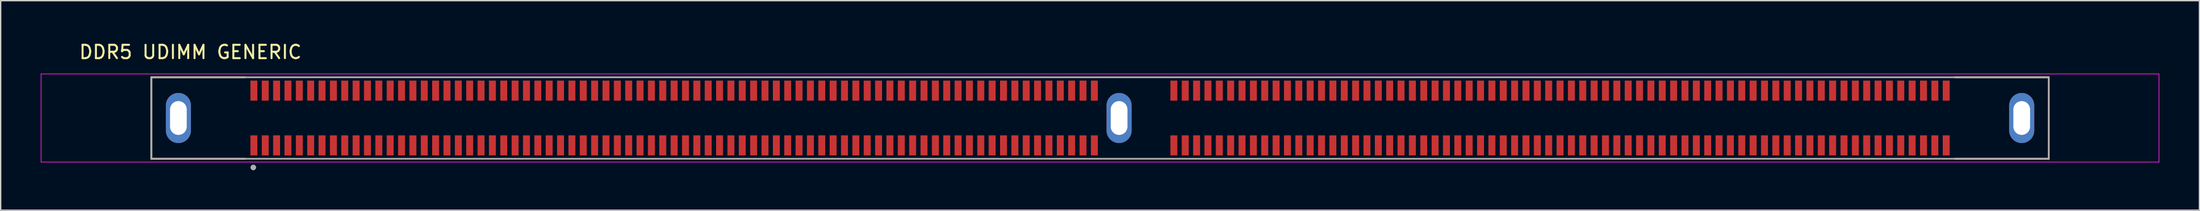
<source format=kicad_pcb>
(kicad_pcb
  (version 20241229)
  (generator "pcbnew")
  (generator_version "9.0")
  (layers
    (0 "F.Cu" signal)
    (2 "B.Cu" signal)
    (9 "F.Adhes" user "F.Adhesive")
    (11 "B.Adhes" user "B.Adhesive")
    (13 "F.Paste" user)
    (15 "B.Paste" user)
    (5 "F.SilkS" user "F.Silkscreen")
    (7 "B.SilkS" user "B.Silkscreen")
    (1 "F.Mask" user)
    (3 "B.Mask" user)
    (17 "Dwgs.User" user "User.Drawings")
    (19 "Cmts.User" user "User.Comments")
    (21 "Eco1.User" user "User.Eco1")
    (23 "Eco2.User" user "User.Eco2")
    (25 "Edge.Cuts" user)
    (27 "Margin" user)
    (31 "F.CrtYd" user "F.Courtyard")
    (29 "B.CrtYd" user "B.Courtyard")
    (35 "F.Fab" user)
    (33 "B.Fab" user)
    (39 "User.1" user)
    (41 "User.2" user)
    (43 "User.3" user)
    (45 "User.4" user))
  (footprint "DDR5 UDIMM GENERIC"
    (layer "F.Cu")
    (at 79.275 5.783)
    (property "Reference" "DDR5 UDIMM GENERIC" (at -68.075 -4.935 0) (layer "F.SilkS") (effects (font (size 1 1) (thickness 0.15))))
    (attr smd)
    (fp_line (start -71 -3.05) (end -63.975 -3.05) (stroke (width 0.127) (type solid)) (layer "F.SilkS"))
    (fp_line (start -71 3.05) (end -71 -3.05) (stroke (width 0.127) (type solid)) (layer "F.SilkS"))
    (fp_line (start -63.975 3.05) (end -71 3.05) (stroke (width 0.127) (type solid)) (layer "F.SilkS"))
    (fp_line (start 63.975 -3.05) (end 71 -3.05) (stroke (width 0.127) (type solid)) (layer "F.SilkS"))
    (fp_line (start 71 -3.05) (end 71 3.05) (stroke (width 0.127) (type solid)) (layer "F.SilkS"))
    (fp_line (start 71 3.05) (end 63.975 3.05) (stroke (width 0.127) (type solid)) (layer "F.SilkS"))
    (fp_circle (center -63.368 3.701) (end -63.268 3.701) (stroke (width 0.2) (type solid)) (fill no) (layer "F.SilkS"))
    (fp_line (start -79.25 -3.3) (end -79.25 3.3) (stroke (width 0.05) (type solid)) (layer "F.CrtYd"))
    (fp_line (start -79.25 3.3) (end 79.25 3.3) (stroke (width 0.05) (type solid)) (layer "F.CrtYd"))
    (fp_line (start 79.25 -3.3) (end -79.25 -3.3) (stroke (width 0.05) (type solid)) (layer "F.CrtYd"))
    (fp_line (start 79.25 3.3) (end 79.25 -3.3) (stroke (width 0.05) (type solid)) (layer "F.CrtYd"))
    (fp_line (start -71 -3.05) (end 71 -3.05) (stroke (width 0.127) (type solid)) (layer "F.Fab"))
    (fp_line (start -71 3.05) (end -71 -3.05) (stroke (width 0.127) (type solid)) (layer "F.Fab"))
    (fp_line (start 71 -3.05) (end 71 3.05) (stroke (width 0.127) (type solid)) (layer "F.Fab"))
    (fp_line (start 71 3.05) (end -71 3.05) (stroke (width 0.127) (type solid)) (layer "F.Fab"))
    (fp_circle (center -63.368 3.701) (end -63.268 3.701) (stroke (width 0.2) (type solid)) (fill no) (layer "F.Fab"))
    (pad "01" smd rect (at -63.325 2.05) (size 0.52 1.5) (layers "F.Cu" "F.Mask" "F.Paste"))
    (pad "02" smd rect (at -62.475 2.05) (size 0.52 1.5) (layers "F.Cu" "F.Mask" "F.Paste"))
    (pad "03" smd rect (at -61.625 2.05) (size 0.52 1.5) (layers "F.Cu" "F.Mask" "F.Paste"))
    (pad "04" smd rect (at -60.775 2.05) (size 0.52 1.5) (layers "F.Cu" "F.Mask" "F.Paste"))
    (pad "05" smd rect (at -59.925 2.05) (size 0.52 1.5) (layers "F.Cu" "F.Mask" "F.Paste"))
    (pad "06" smd rect (at -59.075 2.05) (size 0.52 1.5) (layers "F.Cu" "F.Mask" "F.Paste"))
    (pad "07" smd rect (at -58.225 2.05) (size 0.52 1.5) (layers "F.Cu" "F.Mask" "F.Paste"))
    (pad "08" smd rect (at -57.375 2.05) (size 0.52 1.5) (layers "F.Cu" "F.Mask" "F.Paste"))
    (pad "09" smd rect (at -56.525 2.05) (size 0.52 1.5) (layers "F.Cu" "F.Mask" "F.Paste"))
    (pad "10" smd rect (at -55.675 2.05) (size 0.52 1.5) (layers "F.Cu" "F.Mask" "F.Paste"))
    (pad "11" smd rect (at -54.825 2.05) (size 0.52 1.5) (layers "F.Cu" "F.Mask" "F.Paste"))
    (pad "12" smd rect (at -53.975 2.05) (size 0.52 1.5) (layers "F.Cu" "F.Mask" "F.Paste"))
    (pad "13" smd rect (at -53.125 2.05) (size 0.52 1.5) (layers "F.Cu" "F.Mask" "F.Paste"))
    (pad "14" smd rect (at -52.275 2.05) (size 0.52 1.5) (layers "F.Cu" "F.Mask" "F.Paste"))
    (pad "15" smd rect (at -51.425 2.05) (size 0.52 1.5) (layers "F.Cu" "F.Mask" "F.Paste"))
    (pad "16" smd rect (at -50.575 2.05) (size 0.52 1.5) (layers "F.Cu" "F.Mask" "F.Paste"))
    (pad "17" smd rect (at -49.725 2.05) (size 0.52 1.5) (layers "F.Cu" "F.Mask" "F.Paste"))
    (pad "18" smd rect (at -48.875 2.05) (size 0.52 1.5) (layers "F.Cu" "F.Mask" "F.Paste"))
    (pad "19" smd rect (at -48.025 2.05) (size 0.52 1.5) (layers "F.Cu" "F.Mask" "F.Paste"))
    (pad "20" smd rect (at -47.175 2.05) (size 0.52 1.5) (layers "F.Cu" "F.Mask" "F.Paste"))
    (pad "21" smd rect (at -46.325 2.05) (size 0.52 1.5) (layers "F.Cu" "F.Mask" "F.Paste"))
    (pad "22" smd rect (at -45.475 2.05) (size 0.52 1.5) (layers "F.Cu" "F.Mask" "F.Paste"))
    (pad "23" smd rect (at -44.625 2.05) (size 0.52 1.5) (layers "F.Cu" "F.Mask" "F.Paste"))
    (pad "24" smd rect (at -43.775 2.05) (size 0.52 1.5) (layers "F.Cu" "F.Mask" "F.Paste"))
    (pad "25" smd rect (at -42.925 2.05) (size 0.52 1.5) (layers "F.Cu" "F.Mask" "F.Paste"))
    (pad "26" smd rect (at -42.075 2.05) (size 0.52 1.5) (layers "F.Cu" "F.Mask" "F.Paste"))
    (pad "27" smd rect (at -41.225 2.05) (size 0.52 1.5) (layers "F.Cu" "F.Mask" "F.Paste"))
    (pad "28" smd rect (at -40.375 2.05) (size 0.52 1.5) (layers "F.Cu" "F.Mask" "F.Paste"))
    (pad "29" smd rect (at -39.525 2.05) (size 0.52 1.5) (layers "F.Cu" "F.Mask" "F.Paste"))
    (pad "30" smd rect (at -38.675 2.05) (size 0.52 1.5) (layers "F.Cu" "F.Mask" "F.Paste"))
    (pad "31" smd rect (at -37.825 2.05) (size 0.52 1.5) (layers "F.Cu" "F.Mask" "F.Paste"))
    (pad "32" smd rect (at -36.975 2.05) (size 0.52 1.5) (layers "F.Cu" "F.Mask" "F.Paste"))
    (pad "33" smd rect (at -36.125 2.05) (size 0.52 1.5) (layers "F.Cu" "F.Mask" "F.Paste"))
    (pad "34" smd rect (at -35.275 2.05) (size 0.52 1.5) (layers "F.Cu" "F.Mask" "F.Paste"))
    (pad "35" smd rect (at -34.425 2.05) (size 0.52 1.5) (layers "F.Cu" "F.Mask" "F.Paste"))
    (pad "36" smd rect (at -33.575 2.05) (size 0.52 1.5) (layers "F.Cu" "F.Mask" "F.Paste"))
    (pad "37" smd rect (at -32.725 2.05) (size 0.52 1.5) (layers "F.Cu" "F.Mask" "F.Paste"))
    (pad "38" smd rect (at -31.875 2.05) (size 0.52 1.5) (layers "F.Cu" "F.Mask" "F.Paste"))
    (pad "39" smd rect (at -31.025 2.05) (size 0.52 1.5) (layers "F.Cu" "F.Mask" "F.Paste"))
    (pad "40" smd rect (at -30.175 2.05) (size 0.52 1.5) (layers "F.Cu" "F.Mask" "F.Paste"))
    (pad "41" smd rect (at -29.325 2.05) (size 0.52 1.5) (layers "F.Cu" "F.Mask" "F.Paste"))
    (pad "42" smd rect (at -28.475 2.05) (size 0.52 1.5) (layers "F.Cu" "F.Mask" "F.Paste"))
    (pad "43" smd rect (at -27.625 2.05) (size 0.52 1.5) (layers "F.Cu" "F.Mask" "F.Paste"))
    (pad "44" smd rect (at -26.775 2.05) (size 0.52 1.5) (layers "F.Cu" "F.Mask" "F.Paste"))
    (pad "45" smd rect (at -25.925 2.05) (size 0.52 1.5) (layers "F.Cu" "F.Mask" "F.Paste"))
    (pad "46" smd rect (at -25.075 2.05) (size 0.52 1.5) (layers "F.Cu" "F.Mask" "F.Paste"))
    (pad "47" smd rect (at -24.225 2.05) (size 0.52 1.5) (layers "F.Cu" "F.Mask" "F.Paste"))
    (pad "48" smd rect (at -23.375 2.05) (size 0.52 1.5) (layers "F.Cu" "F.Mask" "F.Paste"))
    (pad "49" smd rect (at -22.525 2.05) (size 0.52 1.5) (layers "F.Cu" "F.Mask" "F.Paste"))
    (pad "50" smd rect (at -21.675 2.05) (size 0.52 1.5) (layers "F.Cu" "F.Mask" "F.Paste"))
    (pad "51" smd rect (at -20.825 2.05) (size 0.52 1.5) (layers "F.Cu" "F.Mask" "F.Paste"))
    (pad "52" smd rect (at -19.975 2.05) (size 0.52 1.5) (layers "F.Cu" "F.Mask" "F.Paste"))
    (pad "53" smd rect (at -19.125 2.05) (size 0.52 1.5) (layers "F.Cu" "F.Mask" "F.Paste"))
    (pad "54" smd rect (at -18.275 2.05) (size 0.52 1.5) (layers "F.Cu" "F.Mask" "F.Paste"))
    (pad "55" smd rect (at -17.425 2.05) (size 0.52 1.5) (layers "F.Cu" "F.Mask" "F.Paste"))
    (pad "56" smd rect (at -16.575 2.05) (size 0.52 1.5) (layers "F.Cu" "F.Mask" "F.Paste"))
    (pad "57" smd rect (at -15.725 2.05) (size 0.52 1.5) (layers "F.Cu" "F.Mask" "F.Paste"))
    (pad "58" smd rect (at -14.875 2.05) (size 0.52 1.5) (layers "F.Cu" "F.Mask" "F.Paste"))
    (pad "59" smd rect (at -14.025 2.05) (size 0.52 1.5) (layers "F.Cu" "F.Mask" "F.Paste"))
    (pad "60" smd rect (at -13.175 2.05) (size 0.52 1.5) (layers "F.Cu" "F.Mask" "F.Paste"))
    (pad "61" smd rect (at -12.325 2.05) (size 0.52 1.5) (layers "F.Cu" "F.Mask" "F.Paste"))
    (pad "62" smd rect (at -11.475 2.05) (size 0.52 1.5) (layers "F.Cu" "F.Mask" "F.Paste"))
    (pad "63" smd rect (at -10.625 2.05) (size 0.52 1.5) (layers "F.Cu" "F.Mask" "F.Paste"))
    (pad "64" smd rect (at -9.775 2.05) (size 0.52 1.5) (layers "F.Cu" "F.Mask" "F.Paste"))
    (pad "65" smd rect (at -8.925 2.05) (size 0.52 1.5) (layers "F.Cu" "F.Mask" "F.Paste"))
    (pad "66" smd rect (at -8.075 2.05) (size 0.52 1.5) (layers "F.Cu" "F.Mask" "F.Paste"))
    (pad "67" smd rect (at -7.225 2.05) (size 0.52 1.5) (layers "F.Cu" "F.Mask" "F.Paste"))
    (pad "68" smd rect (at -6.375 2.05) (size 0.52 1.5) (layers "F.Cu" "F.Mask" "F.Paste"))
    (pad "69" smd rect (at -5.525 2.05) (size 0.52 1.5) (layers "F.Cu" "F.Mask" "F.Paste"))
    (pad "70" smd rect (at -4.675 2.05) (size 0.52 1.5) (layers "F.Cu" "F.Mask" "F.Paste"))
    (pad "71" smd rect (at -3.825 2.05) (size 0.52 1.5) (layers "F.Cu" "F.Mask" "F.Paste"))
    (pad "72" smd rect (at -2.975 2.05) (size 0.52 1.5) (layers "F.Cu" "F.Mask" "F.Paste"))
    (pad "73" smd rect (at -2.125 2.05) (size 0.52 1.5) (layers "F.Cu" "F.Mask" "F.Paste"))
    (pad "74" smd rect (at -1.275 2.05) (size 0.52 1.5) (layers "F.Cu" "F.Mask" "F.Paste"))
    (pad "75" smd rect (at -0.425 2.05) (size 0.52 1.5) (layers "F.Cu" "F.Mask" "F.Paste"))
    (pad "76" smd rect (at 5.525 2.05) (size 0.52 1.5) (layers "F.Cu" "F.Mask" "F.Paste"))
    (pad "77" smd rect (at 6.375 2.05) (size 0.52 1.5) (layers "F.Cu" "F.Mask" "F.Paste"))
    (pad "78" smd rect (at 7.225 2.05) (size 0.52 1.5) (layers "F.Cu" "F.Mask" "F.Paste"))
    (pad "79" smd rect (at 8.075 2.05) (size 0.52 1.5) (layers "F.Cu" "F.Mask" "F.Paste"))
    (pad "80" smd rect (at 8.925 2.05) (size 0.52 1.5) (layers "F.Cu" "F.Mask" "F.Paste"))
    (pad "81" smd rect (at 9.775 2.05) (size 0.52 1.5) (layers "F.Cu" "F.Mask" "F.Paste"))
    (pad "82" smd rect (at 10.625 2.05) (size 0.52 1.5) (layers "F.Cu" "F.Mask" "F.Paste"))
    (pad "83" smd rect (at 11.475 2.05) (size 0.52 1.5) (layers "F.Cu" "F.Mask" "F.Paste"))
    (pad "84" smd rect (at 12.325 2.05) (size 0.52 1.5) (layers "F.Cu" "F.Mask" "F.Paste"))
    (pad "85" smd rect (at 13.175 2.05) (size 0.52 1.5) (layers "F.Cu" "F.Mask" "F.Paste"))
    (pad "86" smd rect (at 14.025 2.05) (size 0.52 1.5) (layers "F.Cu" "F.Mask" "F.Paste"))
    (pad "87" smd rect (at 14.875 2.05) (size 0.52 1.5) (layers "F.Cu" "F.Mask" "F.Paste"))
    (pad "88" smd rect (at 15.725 2.05) (size 0.52 1.5) (layers "F.Cu" "F.Mask" "F.Paste"))
    (pad "89" smd rect (at 16.575 2.05) (size 0.52 1.5) (layers "F.Cu" "F.Mask" "F.Paste"))
    (pad "90" smd rect (at 17.425 2.05) (size 0.52 1.5) (layers "F.Cu" "F.Mask" "F.Paste"))
    (pad "91" smd rect (at 18.275 2.05) (size 0.52 1.5) (layers "F.Cu" "F.Mask" "F.Paste"))
    (pad "92" smd rect (at 19.125 2.05) (size 0.52 1.5) (layers "F.Cu" "F.Mask" "F.Paste"))
    (pad "93" smd rect (at 19.975 2.05) (size 0.52 1.5) (layers "F.Cu" "F.Mask" "F.Paste"))
    (pad "94" smd rect (at 20.825 2.05) (size 0.52 1.5) (layers "F.Cu" "F.Mask" "F.Paste"))
    (pad "95" smd rect (at 21.675 2.05) (size 0.52 1.5) (layers "F.Cu" "F.Mask" "F.Paste"))
    (pad "96" smd rect (at 22.525 2.05) (size 0.52 1.5) (layers "F.Cu" "F.Mask" "F.Paste"))
    (pad "97" smd rect (at 23.375 2.05) (size 0.52 1.5) (layers "F.Cu" "F.Mask" "F.Paste"))
    (pad "98" smd rect (at 24.225 2.05) (size 0.52 1.5) (layers "F.Cu" "F.Mask" "F.Paste"))
    (pad "99" smd rect (at 25.075 2.05) (size 0.52 1.5) (layers "F.Cu" "F.Mask" "F.Paste"))
    (pad "100" smd rect (at 25.925 2.05) (size 0.52 1.5) (layers "F.Cu" "F.Mask" "F.Paste"))
    (pad "101" smd rect (at 26.775 2.05) (size 0.52 1.5) (layers "F.Cu" "F.Mask" "F.Paste"))
    (pad "102" smd rect (at 27.625 2.05) (size 0.52 1.5) (layers "F.Cu" "F.Mask" "F.Paste"))
    (pad "103" smd rect (at 28.475 2.05) (size 0.52 1.5) (layers "F.Cu" "F.Mask" "F.Paste"))
    (pad "104" smd rect (at 29.325 2.05) (size 0.52 1.5) (layers "F.Cu" "F.Mask" "F.Paste"))
    (pad "105" smd rect (at 30.175 2.05) (size 0.52 1.5) (layers "F.Cu" "F.Mask" "F.Paste"))
    (pad "106" smd rect (at 31.025 2.05) (size 0.52 1.5) (layers "F.Cu" "F.Mask" "F.Paste"))
    (pad "107" smd rect (at 31.875 2.05) (size 0.52 1.5) (layers "F.Cu" "F.Mask" "F.Paste"))
    (pad "108" smd rect (at 32.725 2.05) (size 0.52 1.5) (layers "F.Cu" "F.Mask" "F.Paste"))
    (pad "109" smd rect (at 33.575 2.05) (size 0.52 1.5) (layers "F.Cu" "F.Mask" "F.Paste"))
    (pad "110" smd rect (at 34.425 2.05) (size 0.52 1.5) (layers "F.Cu" "F.Mask" "F.Paste"))
    (pad "111" smd rect (at 35.275 2.05) (size 0.52 1.5) (layers "F.Cu" "F.Mask" "F.Paste"))
    (pad "112" smd rect (at 36.125 2.05) (size 0.52 1.5) (layers "F.Cu" "F.Mask" "F.Paste"))
    (pad "113" smd rect (at 36.975 2.05) (size 0.52 1.5) (layers "F.Cu" "F.Mask" "F.Paste"))
    (pad "114" smd rect (at 37.825 2.05) (size 0.52 1.5) (layers "F.Cu" "F.Mask" "F.Paste"))
    (pad "115" smd rect (at 38.675 2.05) (size 0.52 1.5) (layers "F.Cu" "F.Mask" "F.Paste"))
    (pad "116" smd rect (at 39.525 2.05) (size 0.52 1.5) (layers "F.Cu" "F.Mask" "F.Paste"))
    (pad "117" smd rect (at 40.375 2.05) (size 0.52 1.5) (layers "F.Cu" "F.Mask" "F.Paste"))
    (pad "118" smd rect (at 41.225 2.05) (size 0.52 1.5) (layers "F.Cu" "F.Mask" "F.Paste"))
    (pad "119" smd rect (at 42.075 2.05) (size 0.52 1.5) (layers "F.Cu" "F.Mask" "F.Paste"))
    (pad "120" smd rect (at 42.925 2.05) (size 0.52 1.5) (layers "F.Cu" "F.Mask" "F.Paste"))
    (pad "121" smd rect (at 43.775 2.05) (size 0.52 1.5) (layers "F.Cu" "F.Mask" "F.Paste"))
    (pad "122" smd rect (at 44.625 2.05) (size 0.52 1.5) (layers "F.Cu" "F.Mask" "F.Paste"))
    (pad "123" smd rect (at 45.475 2.05) (size 0.52 1.5) (layers "F.Cu" "F.Mask" "F.Paste"))
    (pad "124" smd rect (at 46.325 2.05) (size 0.52 1.5) (layers "F.Cu" "F.Mask" "F.Paste"))
    (pad "125" smd rect (at 47.175 2.05) (size 0.52 1.5) (layers "F.Cu" "F.Mask" "F.Paste"))
    (pad "126" smd rect (at 48.025 2.05) (size 0.52 1.5) (layers "F.Cu" "F.Mask" "F.Paste"))
    (pad "127" smd rect (at 48.875 2.05) (size 0.52 1.5) (layers "F.Cu" "F.Mask" "F.Paste"))
    (pad "128" smd rect (at 49.725 2.05) (size 0.52 1.5) (layers "F.Cu" "F.Mask" "F.Paste"))
    (pad "129" smd rect (at 50.575 2.05) (size 0.52 1.5) (layers "F.Cu" "F.Mask" "F.Paste"))
    (pad "130" smd rect (at 51.425 2.05) (size 0.52 1.5) (layers "F.Cu" "F.Mask" "F.Paste"))
    (pad "131" smd rect (at 52.275 2.05) (size 0.52 1.5) (layers "F.Cu" "F.Mask" "F.Paste"))
    (pad "132" smd rect (at 53.125 2.05) (size 0.52 1.5) (layers "F.Cu" "F.Mask" "F.Paste"))
    (pad "133" smd rect (at 53.975 2.05) (size 0.52 1.5) (layers "F.Cu" "F.Mask" "F.Paste"))
    (pad "134" smd rect (at 54.825 2.05) (size 0.52 1.5) (layers "F.Cu" "F.Mask" "F.Paste"))
    (pad "135" smd rect (at 55.675 2.05) (size 0.52 1.5) (layers "F.Cu" "F.Mask" "F.Paste"))
    (pad "136" smd rect (at 56.525 2.05) (size 0.52 1.5) (layers "F.Cu" "F.Mask" "F.Paste"))
    (pad "137" smd rect (at 57.375 2.05) (size 0.52 1.5) (layers "F.Cu" "F.Mask" "F.Paste"))
    (pad "138" smd rect (at 58.225 2.05) (size 0.52 1.5) (layers "F.Cu" "F.Mask" "F.Paste"))
    (pad "139" smd rect (at 59.075 2.05) (size 0.52 1.5) (layers "F.Cu" "F.Mask" "F.Paste"))
    (pad "140" smd rect (at 59.925 2.05) (size 0.52 1.5) (layers "F.Cu" "F.Mask" "F.Paste"))
    (pad "141" smd rect (at 60.775 2.05) (size 0.52 1.5) (layers "F.Cu" "F.Mask" "F.Paste"))
    (pad "142" smd rect (at 61.625 2.05) (size 0.52 1.5) (layers "F.Cu" "F.Mask" "F.Paste"))
    (pad "143" smd rect (at 62.475 2.05) (size 0.52 1.5) (layers "F.Cu" "F.Mask" "F.Paste"))
    (pad "144" smd rect (at 63.325 2.05) (size 0.52 1.5) (layers "F.Cu" "F.Mask" "F.Paste"))
    (pad "145" smd rect (at -63.325 -2.05) (size 0.52 1.5) (layers "F.Cu" "F.Mask" "F.Paste"))
    (pad "146" smd rect (at -62.475 -2.05) (size 0.52 1.5) (layers "F.Cu" "F.Mask" "F.Paste"))
    (pad "147" smd rect (at -61.625 -2.05) (size 0.52 1.5) (layers "F.Cu" "F.Mask" "F.Paste"))
    (pad "148" smd rect (at -60.775 -2.05) (size 0.52 1.5) (layers "F.Cu" "F.Mask" "F.Paste"))
    (pad "149" smd rect (at -59.925 -2.05) (size 0.52 1.5) (layers "F.Cu" "F.Mask" "F.Paste"))
    (pad "150" smd rect (at -59.075 -2.05) (size 0.52 1.5) (layers "F.Cu" "F.Mask" "F.Paste"))
    (pad "151" smd rect (at -58.225 -2.05) (size 0.52 1.5) (layers "F.Cu" "F.Mask" "F.Paste"))
    (pad "152" smd rect (at -57.375 -2.05) (size 0.52 1.5) (layers "F.Cu" "F.Mask" "F.Paste"))
    (pad "153" smd rect (at -56.525 -2.05) (size 0.52 1.5) (layers "F.Cu" "F.Mask" "F.Paste"))
    (pad "154" smd rect (at -55.675 -2.05) (size 0.52 1.5) (layers "F.Cu" "F.Mask" "F.Paste"))
    (pad "155" smd rect (at -54.825 -2.05) (size 0.52 1.5) (layers "F.Cu" "F.Mask" "F.Paste"))
    (pad "156" smd rect (at -53.975 -2.05) (size 0.52 1.5) (layers "F.Cu" "F.Mask" "F.Paste"))
    (pad "157" smd rect (at -53.125 -2.05) (size 0.52 1.5) (layers "F.Cu" "F.Mask" "F.Paste"))
    (pad "158" smd rect (at -52.275 -2.05) (size 0.52 1.5) (layers "F.Cu" "F.Mask" "F.Paste"))
    (pad "159" smd rect (at -51.425 -2.05) (size 0.52 1.5) (layers "F.Cu" "F.Mask" "F.Paste"))
    (pad "160" smd rect (at -50.575 -2.05) (size 0.52 1.5) (layers "F.Cu" "F.Mask" "F.Paste"))
    (pad "161" smd rect (at -49.725 -2.05) (size 0.52 1.5) (layers "F.Cu" "F.Mask" "F.Paste"))
    (pad "162" smd rect (at -48.875 -2.05) (size 0.52 1.5) (layers "F.Cu" "F.Mask" "F.Paste"))
    (pad "163" smd rect (at -48.025 -2.05) (size 0.52 1.5) (layers "F.Cu" "F.Mask" "F.Paste"))
    (pad "164" smd rect (at -47.175 -2.05) (size 0.52 1.5) (layers "F.Cu" "F.Mask" "F.Paste"))
    (pad "165" smd rect (at -46.325 -2.05) (size 0.52 1.5) (layers "F.Cu" "F.Mask" "F.Paste"))
    (pad "166" smd rect (at -45.475 -2.05) (size 0.52 1.5) (layers "F.Cu" "F.Mask" "F.Paste"))
    (pad "167" smd rect (at -44.625 -2.05) (size 0.52 1.5) (layers "F.Cu" "F.Mask" "F.Paste"))
    (pad "168" smd rect (at -43.775 -2.05) (size 0.52 1.5) (layers "F.Cu" "F.Mask" "F.Paste"))
    (pad "169" smd rect (at -42.925 -2.05) (size 0.52 1.5) (layers "F.Cu" "F.Mask" "F.Paste"))
    (pad "170" smd rect (at -42.075 -2.05) (size 0.52 1.5) (layers "F.Cu" "F.Mask" "F.Paste"))
    (pad "171" smd rect (at -41.225 -2.05) (size 0.52 1.5) (layers "F.Cu" "F.Mask" "F.Paste"))
    (pad "172" smd rect (at -40.375 -2.05) (size 0.52 1.5) (layers "F.Cu" "F.Mask" "F.Paste"))
    (pad "173" smd rect (at -39.525 -2.05) (size 0.52 1.5) (layers "F.Cu" "F.Mask" "F.Paste"))
    (pad "174" smd rect (at -38.675 -2.05) (size 0.52 1.5) (layers "F.Cu" "F.Mask" "F.Paste"))
    (pad "175" smd rect (at -37.825 -2.05) (size 0.52 1.5) (layers "F.Cu" "F.Mask" "F.Paste"))
    (pad "176" smd rect (at -36.975 -2.05) (size 0.52 1.5) (layers "F.Cu" "F.Mask" "F.Paste"))
    (pad "177" smd rect (at -36.125 -2.05) (size 0.52 1.5) (layers "F.Cu" "F.Mask" "F.Paste"))
    (pad "178" smd rect (at -35.275 -2.05) (size 0.52 1.5) (layers "F.Cu" "F.Mask" "F.Paste"))
    (pad "179" smd rect (at -34.425 -2.05) (size 0.52 1.5) (layers "F.Cu" "F.Mask" "F.Paste"))
    (pad "180" smd rect (at -33.575 -2.05) (size 0.52 1.5) (layers "F.Cu" "F.Mask" "F.Paste"))
    (pad "181" smd rect (at -32.725 -2.05) (size 0.52 1.5) (layers "F.Cu" "F.Mask" "F.Paste"))
    (pad "182" smd rect (at -31.875 -2.05) (size 0.52 1.5) (layers "F.Cu" "F.Mask" "F.Paste"))
    (pad "183" smd rect (at -31.025 -2.05) (size 0.52 1.5) (layers "F.Cu" "F.Mask" "F.Paste"))
    (pad "184" smd rect (at -30.175 -2.05) (size 0.52 1.5) (layers "F.Cu" "F.Mask" "F.Paste"))
    (pad "185" smd rect (at -29.325 -2.05) (size 0.52 1.5) (layers "F.Cu" "F.Mask" "F.Paste"))
    (pad "186" smd rect (at -28.475 -2.05) (size 0.52 1.5) (layers "F.Cu" "F.Mask" "F.Paste"))
    (pad "187" smd rect (at -27.625 -2.05) (size 0.52 1.5) (layers "F.Cu" "F.Mask" "F.Paste"))
    (pad "188" smd rect (at -26.775 -2.05) (size 0.52 1.5) (layers "F.Cu" "F.Mask" "F.Paste"))
    (pad "189" smd rect (at -25.925 -2.05) (size 0.52 1.5) (layers "F.Cu" "F.Mask" "F.Paste"))
    (pad "190" smd rect (at -25.075 -2.05) (size 0.52 1.5) (layers "F.Cu" "F.Mask" "F.Paste"))
    (pad "191" smd rect (at -24.225 -2.05) (size 0.52 1.5) (layers "F.Cu" "F.Mask" "F.Paste"))
    (pad "192" smd rect (at -23.375 -2.05) (size 0.52 1.5) (layers "F.Cu" "F.Mask" "F.Paste"))
    (pad "193" smd rect (at -22.525 -2.05) (size 0.52 1.5) (layers "F.Cu" "F.Mask" "F.Paste"))
    (pad "194" smd rect (at -21.675 -2.05) (size 0.52 1.5) (layers "F.Cu" "F.Mask" "F.Paste"))
    (pad "195" smd rect (at -20.825 -2.05) (size 0.52 1.5) (layers "F.Cu" "F.Mask" "F.Paste"))
    (pad "196" smd rect (at -19.975 -2.05) (size 0.52 1.5) (layers "F.Cu" "F.Mask" "F.Paste"))
    (pad "197" smd rect (at -19.125 -2.05) (size 0.52 1.5) (layers "F.Cu" "F.Mask" "F.Paste"))
    (pad "198" smd rect (at -18.275 -2.05) (size 0.52 1.5) (layers "F.Cu" "F.Mask" "F.Paste"))
    (pad "199" smd rect (at -17.425 -2.05) (size 0.52 1.5) (layers "F.Cu" "F.Mask" "F.Paste"))
    (pad "200" smd rect (at -16.575 -2.05) (size 0.52 1.5) (layers "F.Cu" "F.Mask" "F.Paste"))
    (pad "201" smd rect (at -15.725 -2.05) (size 0.52 1.5) (layers "F.Cu" "F.Mask" "F.Paste"))
    (pad "202" smd rect (at -14.875 -2.05) (size 0.52 1.5) (layers "F.Cu" "F.Mask" "F.Paste"))
    (pad "203" smd rect (at -14.025 -2.05) (size 0.52 1.5) (layers "F.Cu" "F.Mask" "F.Paste"))
    (pad "204" smd rect (at -13.175 -2.05) (size 0.52 1.5) (layers "F.Cu" "F.Mask" "F.Paste"))
    (pad "205" smd rect (at -12.325 -2.05) (size 0.52 1.5) (layers "F.Cu" "F.Mask" "F.Paste"))
    (pad "206" smd rect (at -11.475 -2.05) (size 0.52 1.5) (layers "F.Cu" "F.Mask" "F.Paste"))
    (pad "207" smd rect (at -10.625 -2.05) (size 0.52 1.5) (layers "F.Cu" "F.Mask" "F.Paste"))
    (pad "208" smd rect (at -9.775 -2.05) (size 0.52 1.5) (layers "F.Cu" "F.Mask" "F.Paste"))
    (pad "209" smd rect (at -8.925 -2.05) (size 0.52 1.5) (layers "F.Cu" "F.Mask" "F.Paste"))
    (pad "210" smd rect (at -8.075 -2.05) (size 0.52 1.5) (layers "F.Cu" "F.Mask" "F.Paste"))
    (pad "211" smd rect (at -7.225 -2.05) (size 0.52 1.5) (layers "F.Cu" "F.Mask" "F.Paste"))
    (pad "212" smd rect (at -6.375 -2.05) (size 0.52 1.5) (layers "F.Cu" "F.Mask" "F.Paste"))
    (pad "213" smd rect (at -5.525 -2.05) (size 0.52 1.5) (layers "F.Cu" "F.Mask" "F.Paste"))
    (pad "214" smd rect (at -4.675 -2.05) (size 0.52 1.5) (layers "F.Cu" "F.Mask" "F.Paste"))
    (pad "215" smd rect (at -3.825 -2.05) (size 0.52 1.5) (layers "F.Cu" "F.Mask" "F.Paste"))
    (pad "216" smd rect (at -2.975 -2.05) (size 0.52 1.5) (layers "F.Cu" "F.Mask" "F.Paste"))
    (pad "217" smd rect (at -2.125 -2.05) (size 0.52 1.5) (layers "F.Cu" "F.Mask" "F.Paste"))
    (pad "218" smd rect (at -1.275 -2.05) (size 0.52 1.5) (layers "F.Cu" "F.Mask" "F.Paste"))
    (pad "219" smd rect (at -0.425 -2.05) (size 0.52 1.5) (layers "F.Cu" "F.Mask" "F.Paste"))
    (pad "220" smd rect (at 5.525 -2.05) (size 0.52 1.5) (layers "F.Cu" "F.Mask" "F.Paste"))
    (pad "221" smd rect (at 6.375 -2.05) (size 0.52 1.5) (layers "F.Cu" "F.Mask" "F.Paste"))
    (pad "222" smd rect (at 7.225 -2.05) (size 0.52 1.5) (layers "F.Cu" "F.Mask" "F.Paste"))
    (pad "223" smd rect (at 8.075 -2.05) (size 0.52 1.5) (layers "F.Cu" "F.Mask" "F.Paste"))
    (pad "224" smd rect (at 8.925 -2.05) (size 0.52 1.5) (layers "F.Cu" "F.Mask" "F.Paste"))
    (pad "225" smd rect (at 9.775 -2.05) (size 0.52 1.5) (layers "F.Cu" "F.Mask" "F.Paste"))
    (pad "226" smd rect (at 10.625 -2.05) (size 0.52 1.5) (layers "F.Cu" "F.Mask" "F.Paste"))
    (pad "227" smd rect (at 11.475 -2.05) (size 0.52 1.5) (layers "F.Cu" "F.Mask" "F.Paste"))
    (pad "228" smd rect (at 12.325 -2.05) (size 0.52 1.5) (layers "F.Cu" "F.Mask" "F.Paste"))
    (pad "229" smd rect (at 13.175 -2.05) (size 0.52 1.5) (layers "F.Cu" "F.Mask" "F.Paste"))
    (pad "230" smd rect (at 14.025 -2.05) (size 0.52 1.5) (layers "F.Cu" "F.Mask" "F.Paste"))
    (pad "231" smd rect (at 14.875 -2.05) (size 0.52 1.5) (layers "F.Cu" "F.Mask" "F.Paste"))
    (pad "232" smd rect (at 15.725 -2.05) (size 0.52 1.5) (layers "F.Cu" "F.Mask" "F.Paste"))
    (pad "233" smd rect (at 16.575 -2.05) (size 0.52 1.5) (layers "F.Cu" "F.Mask" "F.Paste"))
    (pad "234" smd rect (at 17.425 -2.05) (size 0.52 1.5) (layers "F.Cu" "F.Mask" "F.Paste"))
    (pad "235" smd rect (at 18.275 -2.05) (size 0.52 1.5) (layers "F.Cu" "F.Mask" "F.Paste"))
    (pad "236" smd rect (at 19.125 -2.05) (size 0.52 1.5) (layers "F.Cu" "F.Mask" "F.Paste"))
    (pad "237" smd rect (at 19.975 -2.05) (size 0.52 1.5) (layers "F.Cu" "F.Mask" "F.Paste"))
    (pad "238" smd rect (at 20.825 -2.05) (size 0.52 1.5) (layers "F.Cu" "F.Mask" "F.Paste"))
    (pad "239" smd rect (at 21.675 -2.05) (size 0.52 1.5) (layers "F.Cu" "F.Mask" "F.Paste"))
    (pad "240" smd rect (at 22.525 -2.05) (size 0.52 1.5) (layers "F.Cu" "F.Mask" "F.Paste"))
    (pad "241" smd rect (at 23.375 -2.05) (size 0.52 1.5) (layers "F.Cu" "F.Mask" "F.Paste"))
    (pad "242" smd rect (at 24.225 -2.05) (size 0.52 1.5) (layers "F.Cu" "F.Mask" "F.Paste"))
    (pad "243" smd rect (at 25.075 -2.05) (size 0.52 1.5) (layers "F.Cu" "F.Mask" "F.Paste"))
    (pad "244" smd rect (at 25.925 -2.05) (size 0.52 1.5) (layers "F.Cu" "F.Mask" "F.Paste"))
    (pad "245" smd rect (at 26.775 -2.05) (size 0.52 1.5) (layers "F.Cu" "F.Mask" "F.Paste"))
    (pad "246" smd rect (at 27.625 -2.05) (size 0.52 1.5) (layers "F.Cu" "F.Mask" "F.Paste"))
    (pad "247" smd rect (at 28.475 -2.05) (size 0.52 1.5) (layers "F.Cu" "F.Mask" "F.Paste"))
    (pad "248" smd rect (at 29.325 -2.05) (size 0.52 1.5) (layers "F.Cu" "F.Mask" "F.Paste"))
    (pad "249" smd rect (at 30.175 -2.05) (size 0.52 1.5) (layers "F.Cu" "F.Mask" "F.Paste"))
    (pad "250" smd rect (at 31.025 -2.05) (size 0.52 1.5) (layers "F.Cu" "F.Mask" "F.Paste"))
    (pad "251" smd rect (at 31.875 -2.05) (size 0.52 1.5) (layers "F.Cu" "F.Mask" "F.Paste"))
    (pad "252" smd rect (at 32.725 -2.05) (size 0.52 1.5) (layers "F.Cu" "F.Mask" "F.Paste"))
    (pad "253" smd rect (at 33.575 -2.05) (size 0.52 1.5) (layers "F.Cu" "F.Mask" "F.Paste"))
    (pad "254" smd rect (at 34.425 -2.05) (size 0.52 1.5) (layers "F.Cu" "F.Mask" "F.Paste"))
    (pad "255" smd rect (at 35.275 -2.05) (size 0.52 1.5) (layers "F.Cu" "F.Mask" "F.Paste"))
    (pad "256" smd rect (at 36.125 -2.05) (size 0.52 1.5) (layers "F.Cu" "F.Mask" "F.Paste"))
    (pad "257" smd rect (at 36.975 -2.05) (size 0.52 1.5) (layers "F.Cu" "F.Mask" "F.Paste"))
    (pad "258" smd rect (at 37.825 -2.05) (size 0.52 1.5) (layers "F.Cu" "F.Mask" "F.Paste"))
    (pad "259" smd rect (at 38.675 -2.05) (size 0.52 1.5) (layers "F.Cu" "F.Mask" "F.Paste"))
    (pad "260" smd rect (at 39.525 -2.05) (size 0.52 1.5) (layers "F.Cu" "F.Mask" "F.Paste"))
    (pad "261" smd rect (at 40.375 -2.05) (size 0.52 1.5) (layers "F.Cu" "F.Mask" "F.Paste"))
    (pad "262" smd rect (at 41.225 -2.05) (size 0.52 1.5) (layers "F.Cu" "F.Mask" "F.Paste"))
    (pad "263" smd rect (at 42.075 -2.05) (size 0.52 1.5) (layers "F.Cu" "F.Mask" "F.Paste"))
    (pad "264" smd rect (at 42.925 -2.05) (size 0.52 1.5) (layers "F.Cu" "F.Mask" "F.Paste"))
    (pad "265" smd rect (at 43.775 -2.05) (size 0.52 1.5) (layers "F.Cu" "F.Mask" "F.Paste"))
    (pad "266" smd rect (at 44.625 -2.05) (size 0.52 1.5) (layers "F.Cu" "F.Mask" "F.Paste"))
    (pad "267" smd rect (at 45.475 -2.05) (size 0.52 1.5) (layers "F.Cu" "F.Mask" "F.Paste"))
    (pad "268" smd rect (at 46.325 -2.05) (size 0.52 1.5) (layers "F.Cu" "F.Mask" "F.Paste"))
    (pad "269" smd rect (at 47.175 -2.05) (size 0.52 1.5) (layers "F.Cu" "F.Mask" "F.Paste"))
    (pad "270" smd rect (at 48.025 -2.05) (size 0.52 1.5) (layers "F.Cu" "F.Mask" "F.Paste"))
    (pad "271" smd rect (at 48.875 -2.05) (size 0.52 1.5) (layers "F.Cu" "F.Mask" "F.Paste"))
    (pad "272" smd rect (at 49.725 -2.05) (size 0.52 1.5) (layers "F.Cu" "F.Mask" "F.Paste"))
    (pad "273" smd rect (at 50.575 -2.05) (size 0.52 1.5) (layers "F.Cu" "F.Mask" "F.Paste"))
    (pad "274" smd rect (at 51.425 -2.05) (size 0.52 1.5) (layers "F.Cu" "F.Mask" "F.Paste"))
    (pad "275" smd rect (at 52.275 -2.05) (size 0.52 1.5) (layers "F.Cu" "F.Mask" "F.Paste"))
    (pad "276" smd rect (at 53.125 -2.05) (size 0.52 1.5) (layers "F.Cu" "F.Mask" "F.Paste"))
    (pad "277" smd rect (at 53.975 -2.05) (size 0.52 1.5) (layers "F.Cu" "F.Mask" "F.Paste"))
    (pad "278" smd rect (at 54.825 -2.05) (size 0.52 1.5) (layers "F.Cu" "F.Mask" "F.Paste"))
    (pad "279" smd rect (at 55.675 -2.05) (size 0.52 1.5) (layers "F.Cu" "F.Mask" "F.Paste"))
    (pad "280" smd rect (at 56.525 -2.05) (size 0.52 1.5) (layers "F.Cu" "F.Mask" "F.Paste"))
    (pad "281" smd rect (at 57.375 -2.05) (size 0.52 1.5) (layers "F.Cu" "F.Mask" "F.Paste"))
    (pad "282" smd rect (at 58.225 -2.05) (size 0.52 1.5) (layers "F.Cu" "F.Mask" "F.Paste"))
    (pad "283" smd rect (at 59.075 -2.05) (size 0.52 1.5) (layers "F.Cu" "F.Mask" "F.Paste"))
    (pad "284" smd rect (at 59.925 -2.05) (size 0.52 1.5) (layers "F.Cu" "F.Mask" "F.Paste"))
    (pad "285" smd rect (at 60.775 -2.05) (size 0.52 1.5) (layers "F.Cu" "F.Mask" "F.Paste"))
    (pad "286" smd rect (at 61.625 -2.05) (size 0.52 1.5) (layers "F.Cu" "F.Mask" "F.Paste"))
    (pad "287" smd rect (at 62.475 -2.05) (size 0.52 1.5) (layers "F.Cu" "F.Mask" "F.Paste"))
    (pad "288" smd rect (at 63.325 -2.05) (size 0.52 1.5) (layers "F.Cu" "F.Mask" "F.Paste"))
    (pad "S1" thru_hole oval (at -68.975 0) (size 1.875 3.75) (drill oval 1.25 2.53) (layers "*.Cu" "*.Mask"))
    (pad "S2" thru_hole oval (at 1.425 0) (size 1.875 3.75) (drill oval 1.25 2.53) (layers "*.Cu" "*.Mask"))
    (pad "S3" thru_hole oval (at 68.975 0) (size 1.875 3.75) (drill oval 1.25 2.53) (layers "*.Cu" "*.Mask")))
  (gr_rect
    (start -3 -3)
    (end 161.55 12.684)
    (stroke (width 0.1) (type default))
    (fill no)
    (layer "Edge.Cuts")))
</source>
